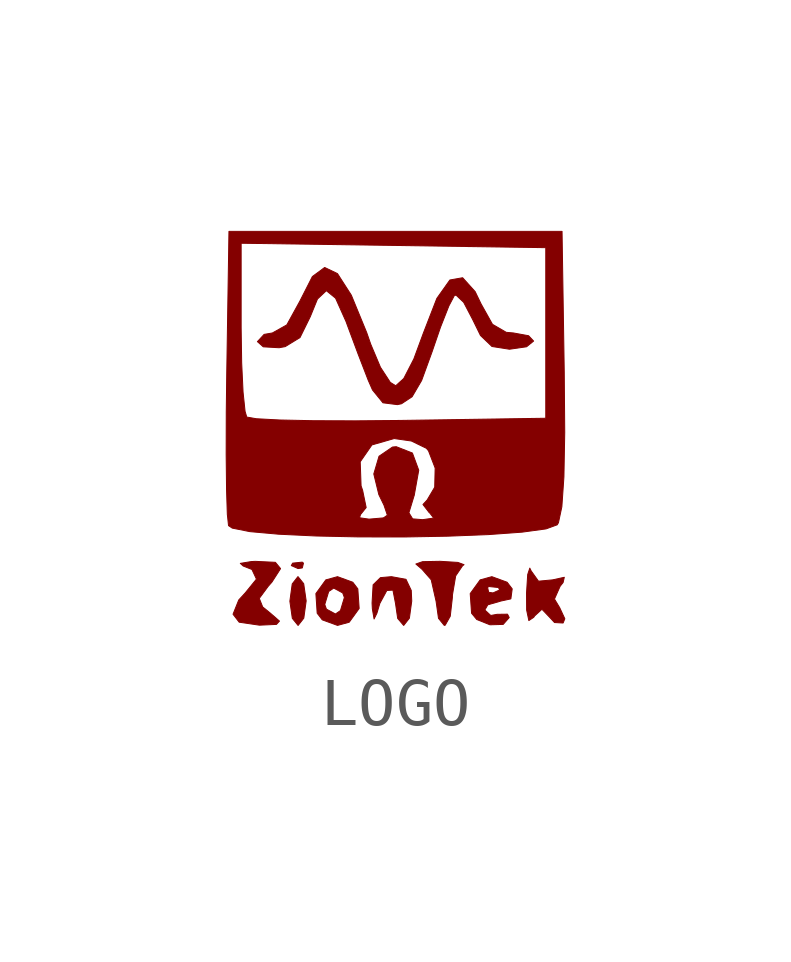
<source format=kicad_sym>
(kicad_symbol_lib
  (version 20220914)
  (generator "bitmap2component")
  (generator_version "9.0")
  (symbol "LOGO"
    (pin_names
      (offset 1.016))
    (property "Reference" "#G"
      (at 0 4.784 0)
      (effects (font (size 1.27 1.27)) hide))
    (symbol "LOGO_0_0"
      (polyline (pts (xy -2.651 -4.043) (xy -2.588 -3.974) (xy -2.78 -3.807) (xy -2.938 -3.679) (xy -3.009 -3.501) (xy -2.823 -3.249) (xy -2.746 -3.162) (xy -2.565 -2.88) (xy -2.673 -2.749) (xy -3.09 -2.729) (xy -3.174 -2.733) (xy -3.404 -2.771) (xy -3.344 -2.826) (xy -3.162 -2.898) (xy -3.068 -3.099) (xy -3.302 -3.387) (xy -3.437 -3.534) (xy -3.556 -3.831) (xy -3.428 -3.997) (xy -3.006 -4.059) (xy -2.651 -4.043)) (stroke (width 0.01) (type default)) (fill (type outline)))
      (polyline (pts (xy -2.081 -3.913) (xy -2.032 -3.556) (xy -2.032 -3.55) (xy -2.083 -3.195) (xy -2.201 -3.048) (xy -2.204 -3.048) (xy -2.322 -3.199) (xy -2.371 -3.556) (xy -2.371 -3.562) (xy -2.32 -3.917) (xy -2.201 -4.064) (xy -2.199 -4.064) (xy -2.081 -3.913)) (stroke (width 0.01) (type default)) (fill (type outline)))
      (polyline (pts (xy -1.134 -3.997) (xy -0.927 -3.711) (xy -0.955 -3.302) (xy -1.06 -3.164) (xy -1.378 -3.048) (xy -1.622 -3.115) (xy -1.829 -3.401) (xy -1.814 -3.628) (xy -1.644 -3.628) (xy -1.562 -3.357) (xy -1.457 -3.286) (xy -1.27 -3.387) (xy -1.235 -3.483) (xy -1.317 -3.755) (xy -1.421 -3.826) (xy -1.609 -3.725) (xy -1.644 -3.628) (xy -1.814 -3.628) (xy -1.802 -3.81) (xy -1.696 -3.948) (xy -1.378 -4.064) (xy -1.134 -3.997)) (stroke (width 0.01) (type default)) (fill (type outline)))
      (polyline (pts (xy 0.12 -3.913) (xy 0.169 -3.556) (xy 0.159 -3.335) (xy 0.049 -3.103) (xy -0.254 -3.048) (xy -0.483 -3.068) (xy -0.636 -3.217) (xy -0.658 -3.598) (xy -0.652 -3.718) (xy -0.616 -3.93) (xy -0.557 -3.81) (xy -0.496 -3.605) (xy -0.35 -3.336) (xy -0.223 -3.328) (xy -0.169 -3.607) (xy -0.124 -3.918) (xy -0.000100 -4.064) (xy 0.002 -4.064) (xy 0.12 -3.913)) (stroke (width 0.01) (type default)) (fill (type outline)))
      (polyline (pts (xy 0.866 -4.06) (xy 0.972 -3.872) (xy 1.016 -3.485) (xy 1.017 -3.433) (xy 1.085 -3.032) (xy 1.228 -2.821) (xy 1.259 -2.798) (xy 1.131 -2.751) (xy 0.762 -2.728) (xy 0.396 -2.735) (xy 0.255 -2.784) (xy 0.381 -2.892) (xy 0.575 -3.113) (xy 0.677 -3.564) (xy 0.727 -3.917) (xy 0.847 -4.064) (xy 0.866 -4.06)) (stroke (width 0.01) (type default)) (fill (type outline)))
      (polyline (pts (xy 2.075 -4.043) (xy 2.201 -3.9) (xy 2.165 -3.83) (xy 1.947 -3.833) (xy 1.816 -3.857) (xy 1.693 -3.743) (xy 1.754 -3.635) (xy 2.027 -3.556) (xy 2.235 -3.511) (xy 2.263 -3.302) (xy 2.157 -3.164) (xy 1.839 -3.048) (xy 1.595 -3.115) (xy 1.48 -3.274) (xy 1.75 -3.274) (xy 1.774 -3.253) (xy 1.976 -3.274) (xy 2.002 -3.325) (xy 1.863 -3.387) (xy 1.773 -3.374) (xy 1.75 -3.274) (xy 1.48 -3.274) (xy 1.388 -3.401) (xy 1.416 -3.81) (xy 1.524 -3.941) (xy 1.799 -4.051) (xy 2.075 -4.043)) (stroke (width 0.01) (type default)) (fill (type outline)))
      (polyline (pts (xy 3.36 -3.925) (xy 3.252 -3.693) (xy 3.144 -3.514) (xy 3.262 -3.248) (xy 3.324 -3.17) (xy 3.349 -3.061) (xy 3.103 -3.115) (xy 2.811 -3.142) (xy 2.658 -2.928) (xy 2.63 -2.87) (xy 2.586 -3.004) (xy 2.562 -3.387) (xy 2.564 -3.744) (xy 2.61 -3.963) (xy 2.712 -3.895) (xy 2.73 -3.867) (xy 2.883 -3.727) (xy 3.039 -3.89) (xy 3.145 -4.004) (xy 3.324 -4.014) (xy 3.36 -3.925)) (stroke (width 0.01) (type default)) (fill (type outline)))
      (polyline (pts (xy -2.112 -2.866) (xy -2.088 -2.766) (xy -2.113 -2.745) (xy -2.314 -2.766) (xy -2.341 -2.817) (xy -2.201 -2.879) (xy -2.112 -2.866)) (stroke (width 0.01) (type default)) (fill (type outline)))
      (polyline (pts (xy 0.922 -2.204) (xy 1.766 -2.171) (xy 2.469 -2.12) (xy 2.969 -2.052) (xy 3.201 -1.967) (xy 3.227 -1.923) (xy 3.298 -1.591) (xy 3.341 -0.969) (xy 3.358 -0.042) (xy 3.348 1.208) (xy 3.302 4.149) (xy -0.169 4.149) (xy -3.641 4.149) (xy -3.672 2.149) (xy -3.387 2.149) (xy -3.387 3.902) (xy -0.212 3.856) (xy 2.963 3.81) (xy 2.963 2.032) (xy 2.963 0.254) (xy -0.095 0.208) (xy -1.003 0.2) (xy -1.881 0.203) (xy -2.59 0.218) (xy -3.071 0.244) (xy -3.27 0.279) (xy -3.305 0.397) (xy -3.347 0.799) (xy -3.376 1.409) (xy -3.387 2.149) (xy -3.672 2.149) (xy -3.687 1.191) (xy -3.697 0.387) (xy -3.699 -0.505) (xy -3.691 -1.237) (xy -3.675 -1.75) (xy -3.667 -1.82) (xy -0.92 -1.82) (xy -0.898 -1.753) (xy -0.781 -1.607) (xy -0.855 -1.248) (xy -0.887 -1.155) (xy -0.905 -0.654) (xy -0.661 -0.302) (xy -0.197 -0.169) (xy 0.161 -0.22) (xy 0.474 -0.372) (xy 0.518 -0.424) (xy 0.657 -0.784) (xy 0.648 -1.183) (xy 0.49 -1.45) (xy 0.403 -1.544) (xy 0.532 -1.712) (xy 0.544 -1.72) (xy 0.627 -1.827) (xy 0.396 -1.86) (xy 0.188 -1.843) (xy 0.11 -1.716) (xy 0.212 -1.38) (xy 0.221 -1.353) (xy 0.315 -0.829) (xy 0.183 -0.471) (xy -0.153 -0.339) (xy -0.232 -0.346) (xy -0.513 -0.538) (xy -0.622 -0.907) (xy -0.517 -1.337) (xy -0.41 -1.557) (xy -0.339 -1.767) (xy -0.422 -1.823) (xy -0.72 -1.849) (xy -0.92 -1.82) (xy -3.667 -1.82) (xy -3.65 -1.984) (xy -3.572 -2.036) (xy -3.206 -2.109) (xy -2.603 -2.163) (xy -1.826 -2.2) (xy -0.937 -2.219) (xy -0.000400 -2.221) (xy 0.922 -2.204)) (stroke (width 0.01) (type default)) (fill (type outline)))
      (polyline (pts (xy -0.045 0.556) (xy 0.177 0.703) (xy 0.375 1.041) (xy 0.593 1.64) (xy 0.77 2.156) (xy 0.943 2.595) (xy 1.056 2.809) (xy 1.092 2.821) (xy 1.251 2.671) (xy 1.439 2.312) (xy 1.602 1.979) (xy 1.841 1.75) (xy 2.204 1.693) (xy 2.208 1.693) (xy 2.562 1.744) (xy 2.709 1.863) (xy 2.605 1.974) (xy 2.288 2.032) (xy 2.139 2.045) (xy 1.852 2.212) (xy 1.614 2.638) (xy 1.491 2.893) (xy 1.23 3.183) (xy 0.964 3.136) (xy 0.692 2.752) (xy 0.412 2.03) (xy 0.213 1.491) (xy 0.003 1.083) (xy -0.165 0.931) (xy -0.278 1.002) (xy -0.483 1.316) (xy -0.686 1.798) (xy -0.77 2.04) (xy -1.09 2.819) (xy -1.379 3.269) (xy -1.646 3.397) (xy -1.902 3.208) (xy -2.156 2.709) (xy -2.158 2.704) (xy -2.435 2.2) (xy -2.735 2.032) (xy -2.908 2.002) (xy -3.048 1.851) (xy -2.926 1.743) (xy -2.596 1.724) (xy -2.469 1.747) (xy -2.16 1.936) (xy -1.946 2.371) (xy -1.796 2.739) (xy -1.611 2.913) (xy -1.419 2.757) (xy -1.2 2.268) (xy -1.176 2.202) (xy -0.951 1.598) (xy -0.738 1.046) (xy -0.649 0.844) (xy -0.431 0.576) (xy -0.131 0.538) (xy -0.045 0.556)) (stroke (width 0.01) (type default)) (fill (type outline))))))
</source>
